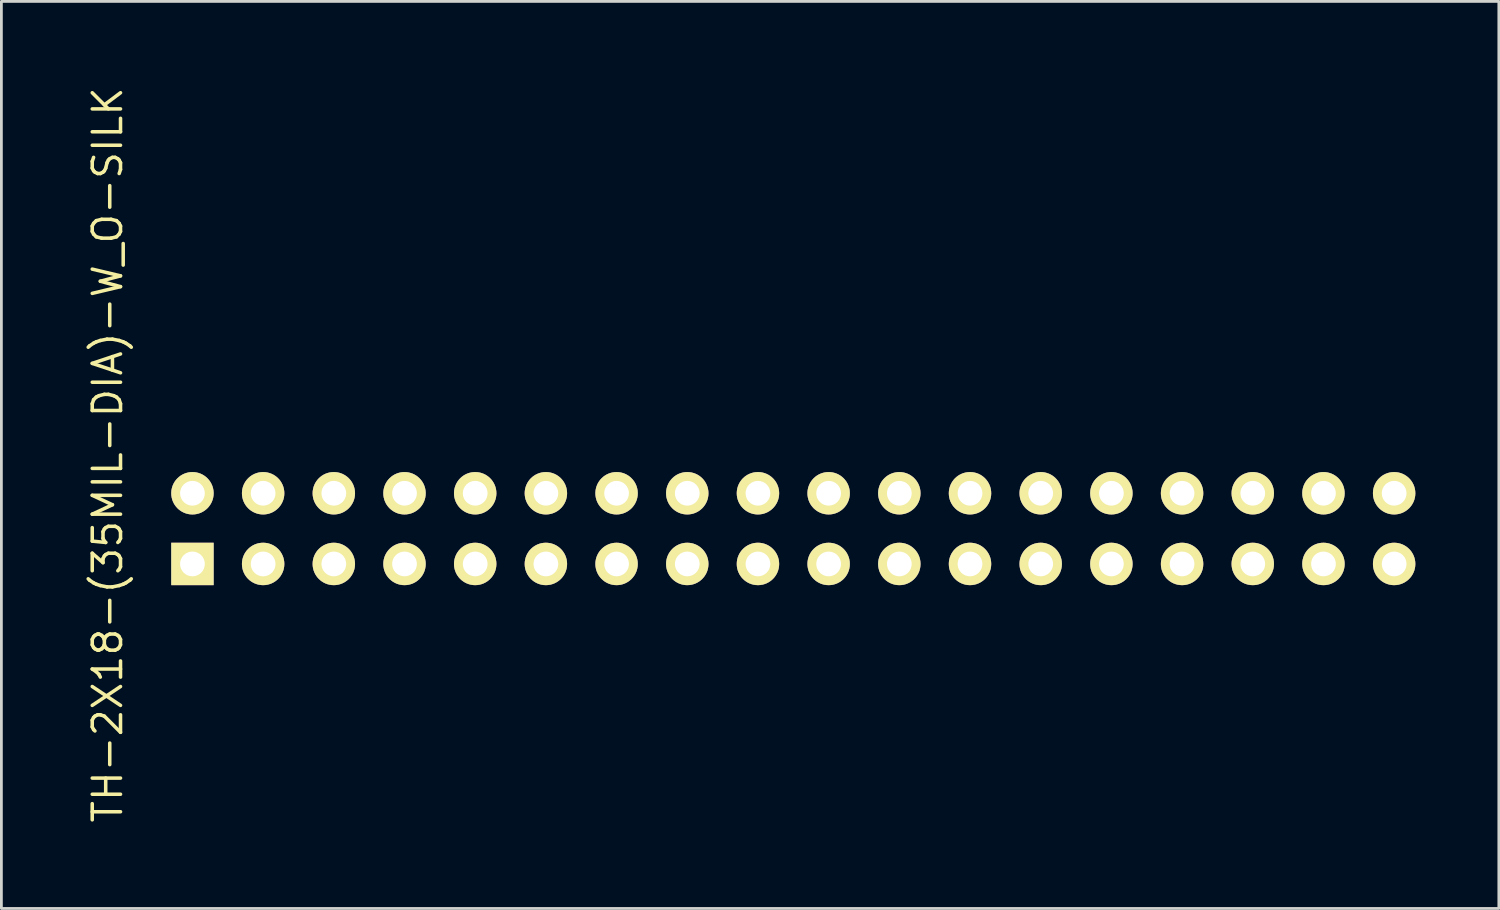
<source format=kicad_pcb>
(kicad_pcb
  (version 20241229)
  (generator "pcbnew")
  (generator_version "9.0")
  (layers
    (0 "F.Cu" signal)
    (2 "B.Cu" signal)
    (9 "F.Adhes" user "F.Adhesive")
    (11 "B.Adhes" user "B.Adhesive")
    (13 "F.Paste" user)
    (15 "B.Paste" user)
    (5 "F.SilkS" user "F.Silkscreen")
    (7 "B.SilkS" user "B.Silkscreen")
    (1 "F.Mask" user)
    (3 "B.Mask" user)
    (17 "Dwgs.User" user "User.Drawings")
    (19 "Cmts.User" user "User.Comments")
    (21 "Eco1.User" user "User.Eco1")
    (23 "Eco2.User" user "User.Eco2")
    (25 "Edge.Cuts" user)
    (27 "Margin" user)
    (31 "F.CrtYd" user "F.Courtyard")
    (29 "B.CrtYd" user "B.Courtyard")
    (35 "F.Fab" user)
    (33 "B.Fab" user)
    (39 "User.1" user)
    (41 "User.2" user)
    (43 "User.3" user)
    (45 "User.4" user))
  (footprint "TH-2X18-(35MIL-DIA)-W_O-SILK"
    (layer "F.Cu")
    (at 25.455 15.944)
    (property "Reference" "TH-2X18-(35MIL-DIA)-W_O-SILK" (at -24.638 -2.647 90) (layer "F.SilkS") (effects (font (size 1.016 1.016) (thickness 0.127))))
    (attr exclude_from_pos_files exclude_from_bom)
    (fp_line (start -21.844 -1.524) (end -21.336 -1.524) (stroke (width 0.066) (type solid)) (layer "Dwgs.User"))
    (fp_line (start -21.844 -1.016) (end -21.844 -1.524) (stroke (width 0.066) (type solid)) (layer "Dwgs.User"))
    (fp_line (start -21.844 -1.016) (end -21.336 -1.016) (stroke (width 0.066) (type solid)) (layer "Dwgs.User"))
    (fp_line (start -21.844 1.016) (end -21.336 1.016) (stroke (width 0.066) (type solid)) (layer "Dwgs.User"))
    (fp_line (start -21.844 1.524) (end -21.844 1.016) (stroke (width 0.066) (type solid)) (layer "Dwgs.User"))
    (fp_line (start -21.844 1.524) (end -21.336 1.524) (stroke (width 0.066) (type solid)) (layer "Dwgs.User"))
    (fp_line (start -21.336 -1.016) (end -21.336 -1.524) (stroke (width 0.066) (type solid)) (layer "Dwgs.User"))
    (fp_line (start -21.336 1.524) (end -21.336 1.016) (stroke (width 0.066) (type solid)) (layer "Dwgs.User"))
    (fp_line (start -19.304 -1.524) (end -18.796 -1.524) (stroke (width 0.066) (type solid)) (layer "Dwgs.User"))
    (fp_line (start -19.304 -1.016) (end -19.304 -1.524) (stroke (width 0.066) (type solid)) (layer "Dwgs.User"))
    (fp_line (start -19.304 -1.016) (end -18.796 -1.016) (stroke (width 0.066) (type solid)) (layer "Dwgs.User"))
    (fp_line (start -19.304 1.016) (end -18.796 1.016) (stroke (width 0.066) (type solid)) (layer "Dwgs.User"))
    (fp_line (start -19.304 1.524) (end -19.304 1.016) (stroke (width 0.066) (type solid)) (layer "Dwgs.User"))
    (fp_line (start -19.304 1.524) (end -18.796 1.524) (stroke (width 0.066) (type solid)) (layer "Dwgs.User"))
    (fp_line (start -18.796 -1.016) (end -18.796 -1.524) (stroke (width 0.066) (type solid)) (layer "Dwgs.User"))
    (fp_line (start -18.796 1.524) (end -18.796 1.016) (stroke (width 0.066) (type solid)) (layer "Dwgs.User"))
    (fp_line (start -16.764 -1.524) (end -16.256 -1.524) (stroke (width 0.066) (type solid)) (layer "Dwgs.User"))
    (fp_line (start -16.764 -1.016) (end -16.764 -1.524) (stroke (width 0.066) (type solid)) (layer "Dwgs.User"))
    (fp_line (start -16.764 -1.016) (end -16.256 -1.016) (stroke (width 0.066) (type solid)) (layer "Dwgs.User"))
    (fp_line (start -16.764 1.016) (end -16.256 1.016) (stroke (width 0.066) (type solid)) (layer "Dwgs.User"))
    (fp_line (start -16.764 1.524) (end -16.764 1.016) (stroke (width 0.066) (type solid)) (layer "Dwgs.User"))
    (fp_line (start -16.764 1.524) (end -16.256 1.524) (stroke (width 0.066) (type solid)) (layer "Dwgs.User"))
    (fp_line (start -16.256 -1.016) (end -16.256 -1.524) (stroke (width 0.066) (type solid)) (layer "Dwgs.User"))
    (fp_line (start -16.256 1.524) (end -16.256 1.016) (stroke (width 0.066) (type solid)) (layer "Dwgs.User"))
    (fp_line (start -14.224 -1.524) (end -13.716 -1.524) (stroke (width 0.066) (type solid)) (layer "Dwgs.User"))
    (fp_line (start -14.224 -1.016) (end -14.224 -1.524) (stroke (width 0.066) (type solid)) (layer "Dwgs.User"))
    (fp_line (start -14.224 -1.016) (end -13.716 -1.016) (stroke (width 0.066) (type solid)) (layer "Dwgs.User"))
    (fp_line (start -14.224 1.016) (end -13.716 1.016) (stroke (width 0.066) (type solid)) (layer "Dwgs.User"))
    (fp_line (start -14.224 1.524) (end -14.224 1.016) (stroke (width 0.066) (type solid)) (layer "Dwgs.User"))
    (fp_line (start -14.224 1.524) (end -13.716 1.524) (stroke (width 0.066) (type solid)) (layer "Dwgs.User"))
    (fp_line (start -13.716 -1.016) (end -13.716 -1.524) (stroke (width 0.066) (type solid)) (layer "Dwgs.User"))
    (fp_line (start -13.716 1.524) (end -13.716 1.016) (stroke (width 0.066) (type solid)) (layer "Dwgs.User"))
    (fp_line (start -11.684 -1.524) (end -11.176 -1.524) (stroke (width 0.066) (type solid)) (layer "Dwgs.User"))
    (fp_line (start -11.684 -1.016) (end -11.684 -1.524) (stroke (width 0.066) (type solid)) (layer "Dwgs.User"))
    (fp_line (start -11.684 -1.016) (end -11.176 -1.016) (stroke (width 0.066) (type solid)) (layer "Dwgs.User"))
    (fp_line (start -11.684 1.016) (end -11.176 1.016) (stroke (width 0.066) (type solid)) (layer "Dwgs.User"))
    (fp_line (start -11.684 1.524) (end -11.684 1.016) (stroke (width 0.066) (type solid)) (layer "Dwgs.User"))
    (fp_line (start -11.684 1.524) (end -11.176 1.524) (stroke (width 0.066) (type solid)) (layer "Dwgs.User"))
    (fp_line (start -11.176 -1.016) (end -11.176 -1.524) (stroke (width 0.066) (type solid)) (layer "Dwgs.User"))
    (fp_line (start -11.176 1.524) (end -11.176 1.016) (stroke (width 0.066) (type solid)) (layer "Dwgs.User"))
    (fp_line (start -9.144 -1.524) (end -8.636 -1.524) (stroke (width 0.066) (type solid)) (layer "Dwgs.User"))
    (fp_line (start -9.144 -1.016) (end -9.144 -1.524) (stroke (width 0.066) (type solid)) (layer "Dwgs.User"))
    (fp_line (start -9.144 -1.016) (end -8.636 -1.016) (stroke (width 0.066) (type solid)) (layer "Dwgs.User"))
    (fp_line (start -9.144 1.016) (end -8.636 1.016) (stroke (width 0.066) (type solid)) (layer "Dwgs.User"))
    (fp_line (start -9.144 1.524) (end -9.144 1.016) (stroke (width 0.066) (type solid)) (layer "Dwgs.User"))
    (fp_line (start -9.144 1.524) (end -8.636 1.524) (stroke (width 0.066) (type solid)) (layer "Dwgs.User"))
    (fp_line (start -8.636 -1.016) (end -8.636 -1.524) (stroke (width 0.066) (type solid)) (layer "Dwgs.User"))
    (fp_line (start -8.636 1.524) (end -8.636 1.016) (stroke (width 0.066) (type solid)) (layer "Dwgs.User"))
    (fp_line (start -6.604 -1.524) (end -6.096 -1.524) (stroke (width 0.066) (type solid)) (layer "Dwgs.User"))
    (fp_line (start -6.604 -1.016) (end -6.604 -1.524) (stroke (width 0.066) (type solid)) (layer "Dwgs.User"))
    (fp_line (start -6.604 -1.016) (end -6.096 -1.016) (stroke (width 0.066) (type solid)) (layer "Dwgs.User"))
    (fp_line (start -6.604 1.016) (end -6.096 1.016) (stroke (width 0.066) (type solid)) (layer "Dwgs.User"))
    (fp_line (start -6.604 1.524) (end -6.604 1.016) (stroke (width 0.066) (type solid)) (layer "Dwgs.User"))
    (fp_line (start -6.604 1.524) (end -6.096 1.524) (stroke (width 0.066) (type solid)) (layer "Dwgs.User"))
    (fp_line (start -6.096 -1.016) (end -6.096 -1.524) (stroke (width 0.066) (type solid)) (layer "Dwgs.User"))
    (fp_line (start -6.096 1.524) (end -6.096 1.016) (stroke (width 0.066) (type solid)) (layer "Dwgs.User"))
    (fp_line (start -4.064 -1.524) (end -3.556 -1.524) (stroke (width 0.066) (type solid)) (layer "Dwgs.User"))
    (fp_line (start -4.064 -1.016) (end -4.064 -1.524) (stroke (width 0.066) (type solid)) (layer "Dwgs.User"))
    (fp_line (start -4.064 -1.016) (end -3.556 -1.016) (stroke (width 0.066) (type solid)) (layer "Dwgs.User"))
    (fp_line (start -4.064 1.016) (end -3.556 1.016) (stroke (width 0.066) (type solid)) (layer "Dwgs.User"))
    (fp_line (start -4.064 1.524) (end -4.064 1.016) (stroke (width 0.066) (type solid)) (layer "Dwgs.User"))
    (fp_line (start -4.064 1.524) (end -3.556 1.524) (stroke (width 0.066) (type solid)) (layer "Dwgs.User"))
    (fp_line (start -3.556 -1.016) (end -3.556 -1.524) (stroke (width 0.066) (type solid)) (layer "Dwgs.User"))
    (fp_line (start -3.556 1.524) (end -3.556 1.016) (stroke (width 0.066) (type solid)) (layer "Dwgs.User"))
    (fp_line (start -1.524 -1.524) (end -1.016 -1.524) (stroke (width 0.066) (type solid)) (layer "Dwgs.User"))
    (fp_line (start -1.524 -1.016) (end -1.524 -1.524) (stroke (width 0.066) (type solid)) (layer "Dwgs.User"))
    (fp_line (start -1.524 -1.016) (end -1.016 -1.016) (stroke (width 0.066) (type solid)) (layer "Dwgs.User"))
    (fp_line (start -1.524 1.016) (end -1.016 1.016) (stroke (width 0.066) (type solid)) (layer "Dwgs.User"))
    (fp_line (start -1.524 1.524) (end -1.524 1.016) (stroke (width 0.066) (type solid)) (layer "Dwgs.User"))
    (fp_line (start -1.524 1.524) (end -1.016 1.524) (stroke (width 0.066) (type solid)) (layer "Dwgs.User"))
    (fp_line (start -1.016 -1.016) (end -1.016 -1.524) (stroke (width 0.066) (type solid)) (layer "Dwgs.User"))
    (fp_line (start -1.016 1.524) (end -1.016 1.016) (stroke (width 0.066) (type solid)) (layer "Dwgs.User"))
    (fp_line (start 1.016 -1.524) (end 1.524 -1.524) (stroke (width 0.066) (type solid)) (layer "Dwgs.User"))
    (fp_line (start 1.016 -1.016) (end 1.016 -1.524) (stroke (width 0.066) (type solid)) (layer "Dwgs.User"))
    (fp_line (start 1.016 -1.016) (end 1.524 -1.016) (stroke (width 0.066) (type solid)) (layer "Dwgs.User"))
    (fp_line (start 1.016 1.016) (end 1.524 1.016) (stroke (width 0.066) (type solid)) (layer "Dwgs.User"))
    (fp_line (start 1.016 1.524) (end 1.016 1.016) (stroke (width 0.066) (type solid)) (layer "Dwgs.User"))
    (fp_line (start 1.016 1.524) (end 1.524 1.524) (stroke (width 0.066) (type solid)) (layer "Dwgs.User"))
    (fp_line (start 1.524 -1.016) (end 1.524 -1.524) (stroke (width 0.066) (type solid)) (layer "Dwgs.User"))
    (fp_line (start 1.524 1.524) (end 1.524 1.016) (stroke (width 0.066) (type solid)) (layer "Dwgs.User"))
    (fp_line (start 3.556 -1.524) (end 4.064 -1.524) (stroke (width 0.066) (type solid)) (layer "Dwgs.User"))
    (fp_line (start 3.556 -1.016) (end 3.556 -1.524) (stroke (width 0.066) (type solid)) (layer "Dwgs.User"))
    (fp_line (start 3.556 -1.016) (end 4.064 -1.016) (stroke (width 0.066) (type solid)) (layer "Dwgs.User"))
    (fp_line (start 3.556 1.016) (end 4.064 1.016) (stroke (width 0.066) (type solid)) (layer "Dwgs.User"))
    (fp_line (start 3.556 1.524) (end 3.556 1.016) (stroke (width 0.066) (type solid)) (layer "Dwgs.User"))
    (fp_line (start 3.556 1.524) (end 4.064 1.524) (stroke (width 0.066) (type solid)) (layer "Dwgs.User"))
    (fp_line (start 4.064 -1.016) (end 4.064 -1.524) (stroke (width 0.066) (type solid)) (layer "Dwgs.User"))
    (fp_line (start 4.064 1.524) (end 4.064 1.016) (stroke (width 0.066) (type solid)) (layer "Dwgs.User"))
    (fp_line (start 6.096 -1.524) (end 6.604 -1.524) (stroke (width 0.066) (type solid)) (layer "Dwgs.User"))
    (fp_line (start 6.096 -1.016) (end 6.096 -1.524) (stroke (width 0.066) (type solid)) (layer "Dwgs.User"))
    (fp_line (start 6.096 -1.016) (end 6.604 -1.016) (stroke (width 0.066) (type solid)) (layer "Dwgs.User"))
    (fp_line (start 6.096 1.016) (end 6.604 1.016) (stroke (width 0.066) (type solid)) (layer "Dwgs.User"))
    (fp_line (start 6.096 1.524) (end 6.096 1.016) (stroke (width 0.066) (type solid)) (layer "Dwgs.User"))
    (fp_line (start 6.096 1.524) (end 6.604 1.524) (stroke (width 0.066) (type solid)) (layer "Dwgs.User"))
    (fp_line (start 6.604 -1.016) (end 6.604 -1.524) (stroke (width 0.066) (type solid)) (layer "Dwgs.User"))
    (fp_line (start 6.604 1.524) (end 6.604 1.016) (stroke (width 0.066) (type solid)) (layer "Dwgs.User"))
    (fp_line (start 8.636 -1.524) (end 9.144 -1.524) (stroke (width 0.066) (type solid)) (layer "Dwgs.User"))
    (fp_line (start 8.636 -1.016) (end 8.636 -1.524) (stroke (width 0.066) (type solid)) (layer "Dwgs.User"))
    (fp_line (start 8.636 -1.016) (end 9.144 -1.016) (stroke (width 0.066) (type solid)) (layer "Dwgs.User"))
    (fp_line (start 8.636 1.016) (end 9.144 1.016) (stroke (width 0.066) (type solid)) (layer "Dwgs.User"))
    (fp_line (start 8.636 1.524) (end 8.636 1.016) (stroke (width 0.066) (type solid)) (layer "Dwgs.User"))
    (fp_line (start 8.636 1.524) (end 9.144 1.524) (stroke (width 0.066) (type solid)) (layer "Dwgs.User"))
    (fp_line (start 9.144 -1.016) (end 9.144 -1.524) (stroke (width 0.066) (type solid)) (layer "Dwgs.User"))
    (fp_line (start 9.144 1.524) (end 9.144 1.016) (stroke (width 0.066) (type solid)) (layer "Dwgs.User"))
    (fp_line (start 11.176 -1.524) (end 11.684 -1.524) (stroke (width 0.066) (type solid)) (layer "Dwgs.User"))
    (fp_line (start 11.176 -1.016) (end 11.176 -1.524) (stroke (width 0.066) (type solid)) (layer "Dwgs.User"))
    (fp_line (start 11.176 -1.016) (end 11.684 -1.016) (stroke (width 0.066) (type solid)) (layer "Dwgs.User"))
    (fp_line (start 11.176 1.016) (end 11.684 1.016) (stroke (width 0.066) (type solid)) (layer "Dwgs.User"))
    (fp_line (start 11.176 1.524) (end 11.176 1.016) (stroke (width 0.066) (type solid)) (layer "Dwgs.User"))
    (fp_line (start 11.176 1.524) (end 11.684 1.524) (stroke (width 0.066) (type solid)) (layer "Dwgs.User"))
    (fp_line (start 11.684 -1.016) (end 11.684 -1.524) (stroke (width 0.066) (type solid)) (layer "Dwgs.User"))
    (fp_line (start 11.684 1.524) (end 11.684 1.016) (stroke (width 0.066) (type solid)) (layer "Dwgs.User"))
    (fp_line (start 13.716 -1.524) (end 14.224 -1.524) (stroke (width 0.066) (type solid)) (layer "Dwgs.User"))
    (fp_line (start 13.716 -1.016) (end 13.716 -1.524) (stroke (width 0.066) (type solid)) (layer "Dwgs.User"))
    (fp_line (start 13.716 -1.016) (end 14.224 -1.016) (stroke (width 0.066) (type solid)) (layer "Dwgs.User"))
    (fp_line (start 13.716 1.016) (end 14.224 1.016) (stroke (width 0.066) (type solid)) (layer "Dwgs.User"))
    (fp_line (start 13.716 1.524) (end 13.716 1.016) (stroke (width 0.066) (type solid)) (layer "Dwgs.User"))
    (fp_line (start 13.716 1.524) (end 14.224 1.524) (stroke (width 0.066) (type solid)) (layer "Dwgs.User"))
    (fp_line (start 14.224 -1.016) (end 14.224 -1.524) (stroke (width 0.066) (type solid)) (layer "Dwgs.User"))
    (fp_line (start 14.224 1.524) (end 14.224 1.016) (stroke (width 0.066) (type solid)) (layer "Dwgs.User"))
    (fp_line (start 16.256 -1.524) (end 16.764 -1.524) (stroke (width 0.066) (type solid)) (layer "Dwgs.User"))
    (fp_line (start 16.256 -1.016) (end 16.256 -1.524) (stroke (width 0.066) (type solid)) (layer "Dwgs.User"))
    (fp_line (start 16.256 -1.016) (end 16.764 -1.016) (stroke (width 0.066) (type solid)) (layer "Dwgs.User"))
    (fp_line (start 16.256 1.016) (end 16.764 1.016) (stroke (width 0.066) (type solid)) (layer "Dwgs.User"))
    (fp_line (start 16.256 1.524) (end 16.256 1.016) (stroke (width 0.066) (type solid)) (layer "Dwgs.User"))
    (fp_line (start 16.256 1.524) (end 16.764 1.524) (stroke (width 0.066) (type solid)) (layer "Dwgs.User"))
    (fp_line (start 16.764 -1.016) (end 16.764 -1.524) (stroke (width 0.066) (type solid)) (layer "Dwgs.User"))
    (fp_line (start 16.764 1.524) (end 16.764 1.016) (stroke (width 0.066) (type solid)) (layer "Dwgs.User"))
    (fp_line (start 18.796 -1.524) (end 19.304 -1.524) (stroke (width 0.066) (type solid)) (layer "Dwgs.User"))
    (fp_line (start 18.796 -1.016) (end 18.796 -1.524) (stroke (width 0.066) (type solid)) (layer "Dwgs.User"))
    (fp_line (start 18.796 -1.016) (end 19.304 -1.016) (stroke (width 0.066) (type solid)) (layer "Dwgs.User"))
    (fp_line (start 18.796 1.016) (end 19.304 1.016) (stroke (width 0.066) (type solid)) (layer "Dwgs.User"))
    (fp_line (start 18.796 1.524) (end 18.796 1.016) (stroke (width 0.066) (type solid)) (layer "Dwgs.User"))
    (fp_line (start 18.796 1.524) (end 19.304 1.524) (stroke (width 0.066) (type solid)) (layer "Dwgs.User"))
    (fp_line (start 19.304 -1.016) (end 19.304 -1.524) (stroke (width 0.066) (type solid)) (layer "Dwgs.User"))
    (fp_line (start 19.304 1.524) (end 19.304 1.016) (stroke (width 0.066) (type solid)) (layer "Dwgs.User"))
    (fp_line (start 21.336 -1.524) (end 21.844 -1.524) (stroke (width 0.066) (type solid)) (layer "Dwgs.User"))
    (fp_line (start 21.336 -1.016) (end 21.336 -1.524) (stroke (width 0.066) (type solid)) (layer "Dwgs.User"))
    (fp_line (start 21.336 -1.016) (end 21.844 -1.016) (stroke (width 0.066) (type solid)) (layer "Dwgs.User"))
    (fp_line (start 21.336 1.016) (end 21.844 1.016) (stroke (width 0.066) (type solid)) (layer "Dwgs.User"))
    (fp_line (start 21.336 1.524) (end 21.336 1.016) (stroke (width 0.066) (type solid)) (layer "Dwgs.User"))
    (fp_line (start 21.336 1.524) (end 21.844 1.524) (stroke (width 0.066) (type solid)) (layer "Dwgs.User"))
    (fp_line (start 21.844 -1.016) (end 21.844 -1.524) (stroke (width 0.066) (type solid)) (layer "Dwgs.User"))
    (fp_line (start 21.844 1.524) (end 21.844 1.016) (stroke (width 0.066) (type solid)) (layer "Dwgs.User"))
    (pad "1" thru_hole rect (at -21.59 1.27) (size 1.524 1.524) (drill 0.889) (layers "*.Cu" "*.Mask" "F.SilkS"))
    (pad "2" thru_hole circle (at -21.59 -1.27) (size 1.524 1.524) (drill 0.889) (layers "*.Cu" "*.Mask" "F.SilkS"))
    (pad "3" thru_hole circle (at -19.05 1.27) (size 1.524 1.524) (drill 0.889) (layers "*.Cu" "*.Mask" "F.SilkS"))
    (pad "4" thru_hole circle (at -19.05 -1.27) (size 1.524 1.524) (drill 0.889) (layers "*.Cu" "*.Mask" "F.SilkS"))
    (pad "5" thru_hole circle (at -16.51 1.27) (size 1.524 1.524) (drill 0.889) (layers "*.Cu" "*.Mask" "F.SilkS"))
    (pad "6" thru_hole circle (at -16.51 -1.27) (size 1.524 1.524) (drill 0.889) (layers "*.Cu" "*.Mask" "F.SilkS"))
    (pad "7" thru_hole circle (at -13.97 1.27) (size 1.524 1.524) (drill 0.889) (layers "*.Cu" "*.Mask" "F.SilkS"))
    (pad "8" thru_hole circle (at -13.97 -1.27) (size 1.524 1.524) (drill 0.889) (layers "*.Cu" "*.Mask" "F.SilkS"))
    (pad "9" thru_hole circle (at -11.43 1.27) (size 1.524 1.524) (drill 0.889) (layers "*.Cu" "*.Mask" "F.SilkS"))
    (pad "10" thru_hole circle (at -11.43 -1.27) (size 1.524 1.524) (drill 0.889) (layers "*.Cu" "*.Mask" "F.SilkS"))
    (pad "11" thru_hole circle (at -8.89 1.27) (size 1.524 1.524) (drill 0.889) (layers "*.Cu" "*.Mask" "F.SilkS"))
    (pad "12" thru_hole circle (at -8.89 -1.27) (size 1.524 1.524) (drill 0.889) (layers "*.Cu" "*.Mask" "F.SilkS"))
    (pad "13" thru_hole circle (at -6.35 1.27) (size 1.524 1.524) (drill 0.889) (layers "*.Cu" "*.Mask" "F.SilkS"))
    (pad "14" thru_hole circle (at -6.35 -1.27) (size 1.524 1.524) (drill 0.889) (layers "*.Cu" "*.Mask" "F.SilkS"))
    (pad "15" thru_hole circle (at -3.81 1.27) (size 1.524 1.524) (drill 0.889) (layers "*.Cu" "*.Mask" "F.SilkS"))
    (pad "16" thru_hole circle (at -3.81 -1.27) (size 1.524 1.524) (drill 0.889) (layers "*.Cu" "*.Mask" "F.SilkS"))
    (pad "17" thru_hole circle (at -1.27 1.27) (size 1.524 1.524) (drill 0.889) (layers "*.Cu" "*.Mask" "F.SilkS"))
    (pad "18" thru_hole circle (at -1.27 -1.27) (size 1.524 1.524) (drill 0.889) (layers "*.Cu" "*.Mask" "F.SilkS"))
    (pad "19" thru_hole circle (at 1.27 1.27) (size 1.524 1.524) (drill 0.889) (layers "*.Cu" "*.Mask" "F.SilkS"))
    (pad "20" thru_hole circle (at 1.27 -1.27) (size 1.524 1.524) (drill 0.889) (layers "*.Cu" "*.Mask" "F.SilkS"))
    (pad "21" thru_hole circle (at 3.81 1.27) (size 1.524 1.524) (drill 0.889) (layers "*.Cu" "*.Mask" "F.SilkS"))
    (pad "22" thru_hole circle (at 3.81 -1.27) (size 1.524 1.524) (drill 0.889) (layers "*.Cu" "*.Mask" "F.SilkS"))
    (pad "23" thru_hole circle (at 6.35 1.27) (size 1.524 1.524) (drill 0.889) (layers "*.Cu" "*.Mask" "F.SilkS"))
    (pad "24" thru_hole circle (at 6.35 -1.27) (size 1.524 1.524) (drill 0.889) (layers "*.Cu" "*.Mask" "F.SilkS"))
    (pad "25" thru_hole circle (at 8.89 1.27) (size 1.524 1.524) (drill 0.889) (layers "*.Cu" "*.Mask" "F.SilkS"))
    (pad "26" thru_hole circle (at 8.89 -1.27) (size 1.524 1.524) (drill 0.889) (layers "*.Cu" "*.Mask" "F.SilkS"))
    (pad "27" thru_hole circle (at 11.43 1.27) (size 1.524 1.524) (drill 0.889) (layers "*.Cu" "*.Mask" "F.SilkS"))
    (pad "28" thru_hole circle (at 11.43 -1.27) (size 1.524 1.524) (drill 0.889) (layers "*.Cu" "*.Mask" "F.SilkS"))
    (pad "29" thru_hole circle (at 13.97 1.27) (size 1.524 1.524) (drill 0.889) (layers "*.Cu" "*.Mask" "F.SilkS"))
    (pad "30" thru_hole circle (at 13.97 -1.27) (size 1.524 1.524) (drill 0.889) (layers "*.Cu" "*.Mask" "F.SilkS"))
    (pad "31" thru_hole circle (at 16.51 1.27) (size 1.524 1.524) (drill 0.889) (layers "*.Cu" "*.Mask" "F.SilkS"))
    (pad "32" thru_hole circle (at 16.51 -1.27) (size 1.524 1.524) (drill 0.889) (layers "*.Cu" "*.Mask" "F.SilkS"))
    (pad "33" thru_hole circle (at 19.05 1.27) (size 1.524 1.524) (drill 0.889) (layers "*.Cu" "*.Mask" "F.SilkS"))
    (pad "34" thru_hole circle (at 19.05 -1.27) (size 1.524 1.524) (drill 0.889) (layers "*.Cu" "*.Mask" "F.SilkS"))
    (pad "35" thru_hole circle (at 21.59 1.27) (size 1.524 1.524) (drill 0.889) (layers "*.Cu" "*.Mask" "F.SilkS"))
    (pad "36" thru_hole circle (at 21.59 -1.27) (size 1.524 1.524) (drill 0.889) (layers "*.Cu" "*.Mask" "F.SilkS")))
  (gr_rect
    (start -3 -3)
    (end 50.807 29.594)
    (stroke (width 0.1) (type default))
    (fill no)
    (layer "Edge.Cuts")))
</source>
